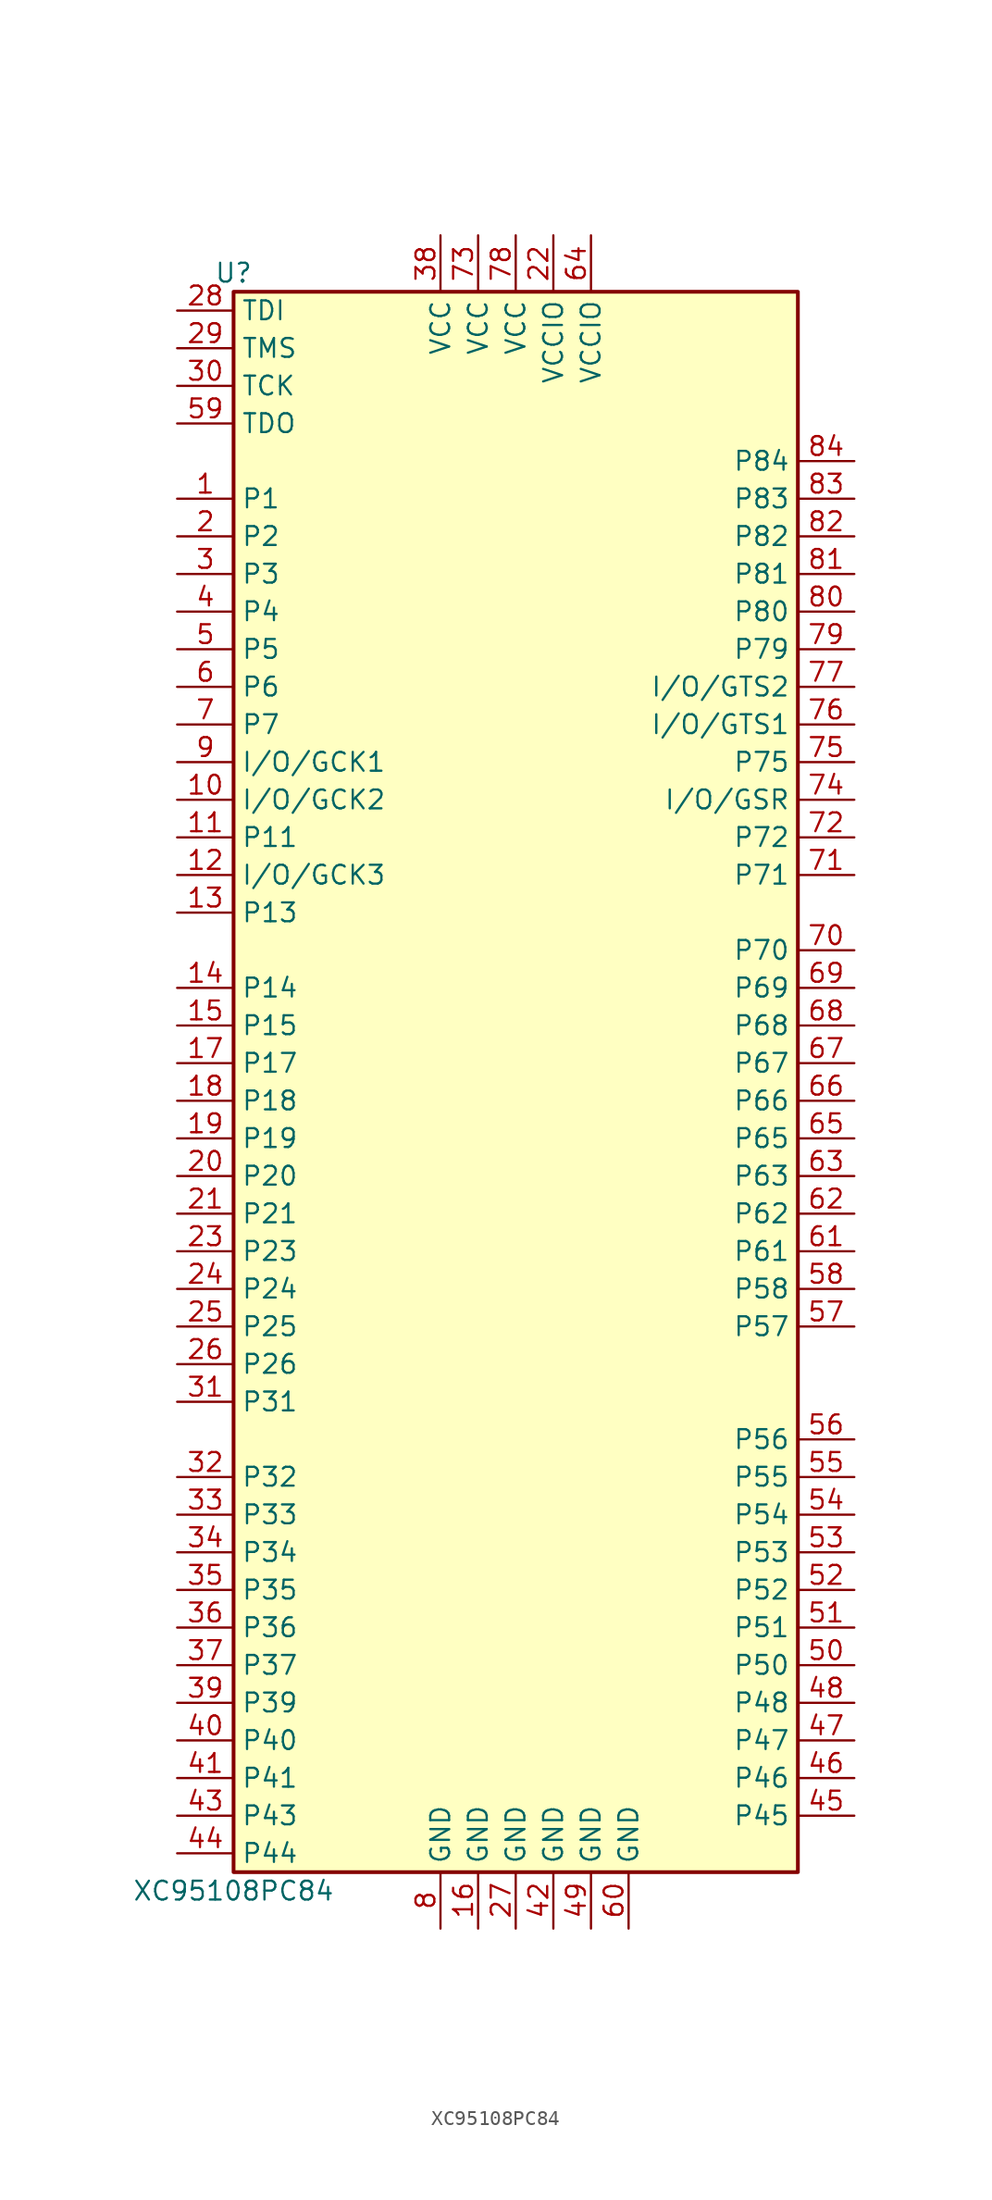
<source format=kicad_sym>
(kicad_symbol_lib
  (version 20201005)
  (generator kicad_symbol_editor)
  (symbol "XC95108PC84"
    (property "Reference" "U"
      (at -19.05 53.34 0)
      (effects (font (size 1.27 1.27))))
    (property "Value" "XC95108PC84"
      (at -19.05 -55.88 0)
      (effects (font (size 1.27 1.27))))
    (symbol "XC95108PC84_1_1"
      (rectangle (start -19.05 52.07) (end 19.05 -54.61) (stroke (width 0.254)) (fill (type background)))
      (pin bidirectional line (at -22.86 38.1 0) (length 3.81) (name "P1" (effects (font (size 1.27 1.27)))) (number "1" (effects (font (size 1.27 1.27)))))
      (pin bidirectional line (at -22.86 35.56 0) (length 3.81) (name "P2" (effects (font (size 1.27 1.27)))) (number "2" (effects (font (size 1.27 1.27)))))
      (pin bidirectional line (at -22.86 33.02 0) (length 3.81) (name "P3" (effects (font (size 1.27 1.27)))) (number "3" (effects (font (size 1.27 1.27)))))
      (pin bidirectional line (at -22.86 30.48 0) (length 3.81) (name "P4" (effects (font (size 1.27 1.27)))) (number "4" (effects (font (size 1.27 1.27)))))
      (pin bidirectional line (at -22.86 27.94 0) (length 3.81) (name "P5" (effects (font (size 1.27 1.27)))) (number "5" (effects (font (size 1.27 1.27)))))
      (pin bidirectional line (at -22.86 25.4 0) (length 3.81) (name "P6" (effects (font (size 1.27 1.27)))) (number "6" (effects (font (size 1.27 1.27)))))
      (pin bidirectional line (at -22.86 22.86 0) (length 3.81) (name "P7" (effects (font (size 1.27 1.27)))) (number "7" (effects (font (size 1.27 1.27)))))
      (pin power_in line (at -5.08 -58.42 90) (length 3.81) (name "GND" (effects (font (size 1.27 1.27)))) (number "8" (effects (font (size 1.27 1.27)))))
      (pin bidirectional line (at -22.86 20.32 0) (length 3.81) (name "I/O/GCK1" (effects (font (size 1.27 1.27)))) (number "9" (effects (font (size 1.27 1.27)))))
      (pin bidirectional line (at -22.86 17.78 0) (length 3.81) (name "I/O/GCK2" (effects (font (size 1.27 1.27)))) (number "10" (effects (font (size 1.27 1.27)))))
      (pin bidirectional line (at -22.86 -7.62 0) (length 3.81) (name "P20" (effects (font (size 1.27 1.27)))) (number "20" (effects (font (size 1.27 1.27)))))
      (pin input line (at -22.86 45.72 0) (length 3.81) (name "TCK" (effects (font (size 1.27 1.27)))) (number "30" (effects (font (size 1.27 1.27)))))
      (pin bidirectional line (at -22.86 -45.72 0) (length 3.81) (name "P40" (effects (font (size 1.27 1.27)))) (number "40" (effects (font (size 1.27 1.27)))))
      (pin bidirectional line (at 22.86 -40.64 180) (length 3.81) (name "P50" (effects (font (size 1.27 1.27)))) (number "50" (effects (font (size 1.27 1.27)))))
      (pin power_in line (at 7.62 -58.42 90) (length 3.81) (name "GND" (effects (font (size 1.27 1.27)))) (number "60" (effects (font (size 1.27 1.27)))))
      (pin bidirectional line (at 22.86 7.62 180) (length 3.81) (name "P70" (effects (font (size 1.27 1.27)))) (number "70" (effects (font (size 1.27 1.27)))))
      (pin bidirectional line (at 22.86 30.48 180) (length 3.81) (name "P80" (effects (font (size 1.27 1.27)))) (number "80" (effects (font (size 1.27 1.27)))))
      (pin bidirectional line (at -22.86 15.24 0) (length 3.81) (name "P11" (effects (font (size 1.27 1.27)))) (number "11" (effects (font (size 1.27 1.27)))))
      (pin bidirectional line (at -22.86 -10.16 0) (length 3.81) (name "P21" (effects (font (size 1.27 1.27)))) (number "21" (effects (font (size 1.27 1.27)))))
      (pin bidirectional line (at -22.86 -22.86 0) (length 3.81) (name "P31" (effects (font (size 1.27 1.27)))) (number "31" (effects (font (size 1.27 1.27)))))
      (pin bidirectional line (at -22.86 -48.26 0) (length 3.81) (name "P41" (effects (font (size 1.27 1.27)))) (number "41" (effects (font (size 1.27 1.27)))))
      (pin bidirectional line (at 22.86 -38.1 180) (length 3.81) (name "P51" (effects (font (size 1.27 1.27)))) (number "51" (effects (font (size 1.27 1.27)))))
      (pin bidirectional line (at 22.86 -12.7 180) (length 3.81) (name "P61" (effects (font (size 1.27 1.27)))) (number "61" (effects (font (size 1.27 1.27)))))
      (pin bidirectional line (at 22.86 12.7 180) (length 3.81) (name "P71" (effects (font (size 1.27 1.27)))) (number "71" (effects (font (size 1.27 1.27)))))
      (pin bidirectional line (at 22.86 33.02 180) (length 3.81) (name "P81" (effects (font (size 1.27 1.27)))) (number "81" (effects (font (size 1.27 1.27)))))
      (pin bidirectional line (at -22.86 12.7 0) (length 3.81) (name "I/O/GCK3" (effects (font (size 1.27 1.27)))) (number "12" (effects (font (size 1.27 1.27)))))
      (pin power_in line (at 2.54 55.88 270) (length 3.81) (name "VCCIO" (effects (font (size 1.27 1.27)))) (number "22" (effects (font (size 1.27 1.27)))))
      (pin bidirectional line (at -22.86 -27.94 0) (length 3.81) (name "P32" (effects (font (size 1.27 1.27)))) (number "32" (effects (font (size 1.27 1.27)))))
      (pin power_in line (at 2.54 -58.42 90) (length 3.81) (name "GND" (effects (font (size 1.27 1.27)))) (number "42" (effects (font (size 1.27 1.27)))))
      (pin bidirectional line (at 22.86 -35.56 180) (length 3.81) (name "P52" (effects (font (size 1.27 1.27)))) (number "52" (effects (font (size 1.27 1.27)))))
      (pin bidirectional line (at 22.86 -10.16 180) (length 3.81) (name "P62" (effects (font (size 1.27 1.27)))) (number "62" (effects (font (size 1.27 1.27)))))
      (pin bidirectional line (at 22.86 15.24 180) (length 3.81) (name "P72" (effects (font (size 1.27 1.27)))) (number "72" (effects (font (size 1.27 1.27)))))
      (pin bidirectional line (at 22.86 35.56 180) (length 3.81) (name "P82" (effects (font (size 1.27 1.27)))) (number "82" (effects (font (size 1.27 1.27)))))
      (pin bidirectional line (at -22.86 10.16 0) (length 3.81) (name "P13" (effects (font (size 1.27 1.27)))) (number "13" (effects (font (size 1.27 1.27)))))
      (pin bidirectional line (at -22.86 -12.7 0) (length 3.81) (name "P23" (effects (font (size 1.27 1.27)))) (number "23" (effects (font (size 1.27 1.27)))))
      (pin bidirectional line (at -22.86 -30.48 0) (length 3.81) (name "P33" (effects (font (size 1.27 1.27)))) (number "33" (effects (font (size 1.27 1.27)))))
      (pin bidirectional line (at -22.86 -50.8 0) (length 3.81) (name "P43" (effects (font (size 1.27 1.27)))) (number "43" (effects (font (size 1.27 1.27)))))
      (pin bidirectional line (at 22.86 -33.02 180) (length 3.81) (name "P53" (effects (font (size 1.27 1.27)))) (number "53" (effects (font (size 1.27 1.27)))))
      (pin bidirectional line (at 22.86 -7.62 180) (length 3.81) (name "P63" (effects (font (size 1.27 1.27)))) (number "63" (effects (font (size 1.27 1.27)))))
      (pin power_in line (at -2.54 55.88 270) (length 3.81) (name "VCC" (effects (font (size 1.27 1.27)))) (number "73" (effects (font (size 1.27 1.27)))))
      (pin bidirectional line (at 22.86 38.1 180) (length 3.81) (name "P83" (effects (font (size 1.27 1.27)))) (number "83" (effects (font (size 1.27 1.27)))))
      (pin bidirectional line (at -22.86 5.08 0) (length 3.81) (name "P14" (effects (font (size 1.27 1.27)))) (number "14" (effects (font (size 1.27 1.27)))))
      (pin bidirectional line (at -22.86 -15.24 0) (length 3.81) (name "P24" (effects (font (size 1.27 1.27)))) (number "24" (effects (font (size 1.27 1.27)))))
      (pin bidirectional line (at -22.86 -33.02 0) (length 3.81) (name "P34" (effects (font (size 1.27 1.27)))) (number "34" (effects (font (size 1.27 1.27)))))
      (pin bidirectional line (at -22.86 -53.34 0) (length 3.81) (name "P44" (effects (font (size 1.27 1.27)))) (number "44" (effects (font (size 1.27 1.27)))))
      (pin bidirectional line (at 22.86 -30.48 180) (length 3.81) (name "P54" (effects (font (size 1.27 1.27)))) (number "54" (effects (font (size 1.27 1.27)))))
      (pin power_in line (at 5.08 55.88 270) (length 3.81) (name "VCCIO" (effects (font (size 1.27 1.27)))) (number "64" (effects (font (size 1.27 1.27)))))
      (pin bidirectional line (at 22.86 17.78 180) (length 3.81) (name "I/O/GSR" (effects (font (size 1.27 1.27)))) (number "74" (effects (font (size 1.27 1.27)))))
      (pin bidirectional line (at 22.86 40.64 180) (length 3.81) (name "P84" (effects (font (size 1.27 1.27)))) (number "84" (effects (font (size 1.27 1.27)))))
      (pin bidirectional line (at -22.86 2.54 0) (length 3.81) (name "P15" (effects (font (size 1.27 1.27)))) (number "15" (effects (font (size 1.27 1.27)))))
      (pin bidirectional line (at -22.86 -17.78 0) (length 3.81) (name "P25" (effects (font (size 1.27 1.27)))) (number "25" (effects (font (size 1.27 1.27)))))
      (pin bidirectional line (at -22.86 -35.56 0) (length 3.81) (name "P35" (effects (font (size 1.27 1.27)))) (number "35" (effects (font (size 1.27 1.27)))))
      (pin bidirectional line (at 22.86 -50.8 180) (length 3.81) (name "P45" (effects (font (size 1.27 1.27)))) (number "45" (effects (font (size 1.27 1.27)))))
      (pin bidirectional line (at 22.86 -27.94 180) (length 3.81) (name "P55" (effects (font (size 1.27 1.27)))) (number "55" (effects (font (size 1.27 1.27)))))
      (pin bidirectional line (at 22.86 -5.08 180) (length 3.81) (name "P65" (effects (font (size 1.27 1.27)))) (number "65" (effects (font (size 1.27 1.27)))))
      (pin bidirectional line (at 22.86 20.32 180) (length 3.81) (name "P75" (effects (font (size 1.27 1.27)))) (number "75" (effects (font (size 1.27 1.27)))))
      (pin power_in line (at -2.54 -58.42 90) (length 3.81) (name "GND" (effects (font (size 1.27 1.27)))) (number "16" (effects (font (size 1.27 1.27)))))
      (pin bidirectional line (at -22.86 -20.32 0) (length 3.81) (name "P26" (effects (font (size 1.27 1.27)))) (number "26" (effects (font (size 1.27 1.27)))))
      (pin bidirectional line (at -22.86 -38.1 0) (length 3.81) (name "P36" (effects (font (size 1.27 1.27)))) (number "36" (effects (font (size 1.27 1.27)))))
      (pin bidirectional line (at 22.86 -48.26 180) (length 3.81) (name "P46" (effects (font (size 1.27 1.27)))) (number "46" (effects (font (size 1.27 1.27)))))
      (pin bidirectional line (at 22.86 -25.4 180) (length 3.81) (name "P56" (effects (font (size 1.27 1.27)))) (number "56" (effects (font (size 1.27 1.27)))))
      (pin bidirectional line (at 22.86 -2.54 180) (length 3.81) (name "P66" (effects (font (size 1.27 1.27)))) (number "66" (effects (font (size 1.27 1.27)))))
      (pin bidirectional line (at 22.86 22.86 180) (length 3.81) (name "I/O/GTS1" (effects (font (size 1.27 1.27)))) (number "76" (effects (font (size 1.27 1.27)))))
      (pin bidirectional line (at -22.86 0 0) (length 3.81) (name "P17" (effects (font (size 1.27 1.27)))) (number "17" (effects (font (size 1.27 1.27)))))
      (pin power_in line (at 0 -58.42 90) (length 3.81) (name "GND" (effects (font (size 1.27 1.27)))) (number "27" (effects (font (size 1.27 1.27)))))
      (pin bidirectional line (at -22.86 -40.64 0) (length 3.81) (name "P37" (effects (font (size 1.27 1.27)))) (number "37" (effects (font (size 1.27 1.27)))))
      (pin bidirectional line (at 22.86 -45.72 180) (length 3.81) (name "P47" (effects (font (size 1.27 1.27)))) (number "47" (effects (font (size 1.27 1.27)))))
      (pin bidirectional line (at 22.86 -17.78 180) (length 3.81) (name "P57" (effects (font (size 1.27 1.27)))) (number "57" (effects (font (size 1.27 1.27)))))
      (pin bidirectional line (at 22.86 0 180) (length 3.81) (name "P67" (effects (font (size 1.27 1.27)))) (number "67" (effects (font (size 1.27 1.27)))))
      (pin bidirectional line (at 22.86 25.4 180) (length 3.81) (name "I/O/GTS2" (effects (font (size 1.27 1.27)))) (number "77" (effects (font (size 1.27 1.27)))))
      (pin bidirectional line (at -22.86 -2.54 0) (length 3.81) (name "P18" (effects (font (size 1.27 1.27)))) (number "18" (effects (font (size 1.27 1.27)))))
      (pin input line (at -22.86 50.8 0) (length 3.81) (name "TDI" (effects (font (size 1.27 1.27)))) (number "28" (effects (font (size 1.27 1.27)))))
      (pin power_in line (at -5.08 55.88 270) (length 3.81) (name "VCC" (effects (font (size 1.27 1.27)))) (number "38" (effects (font (size 1.27 1.27)))))
      (pin bidirectional line (at 22.86 -43.18 180) (length 3.81) (name "P48" (effects (font (size 1.27 1.27)))) (number "48" (effects (font (size 1.27 1.27)))))
      (pin bidirectional line (at 22.86 -15.24 180) (length 3.81) (name "P58" (effects (font (size 1.27 1.27)))) (number "58" (effects (font (size 1.27 1.27)))))
      (pin bidirectional line (at 22.86 2.54 180) (length 3.81) (name "P68" (effects (font (size 1.27 1.27)))) (number "68" (effects (font (size 1.27 1.27)))))
      (pin power_in line (at 0 55.88 270) (length 3.81) (name "VCC" (effects (font (size 1.27 1.27)))) (number "78" (effects (font (size 1.27 1.27)))))
      (pin bidirectional line (at -22.86 -5.08 0) (length 3.81) (name "P19" (effects (font (size 1.27 1.27)))) (number "19" (effects (font (size 1.27 1.27)))))
      (pin input line (at -22.86 48.26 0) (length 3.81) (name "TMS" (effects (font (size 1.27 1.27)))) (number "29" (effects (font (size 1.27 1.27)))))
      (pin bidirectional line (at -22.86 -43.18 0) (length 3.81) (name "P39" (effects (font (size 1.27 1.27)))) (number "39" (effects (font (size 1.27 1.27)))))
      (pin power_in line (at 5.08 -58.42 90) (length 3.81) (name "GND" (effects (font (size 1.27 1.27)))) (number "49" (effects (font (size 1.27 1.27)))))
      (pin output line (at -22.86 43.18 0) (length 3.81) (name "TDO" (effects (font (size 1.27 1.27)))) (number "59" (effects (font (size 1.27 1.27)))))
      (pin bidirectional line (at 22.86 5.08 180) (length 3.81) (name "P69" (effects (font (size 1.27 1.27)))) (number "69" (effects (font (size 1.27 1.27)))))
      (pin bidirectional line (at 22.86 27.94 180) (length 3.81) (name "P79" (effects (font (size 1.27 1.27)))) (number "79" (effects (font (size 1.27 1.27))))))))
</source>
